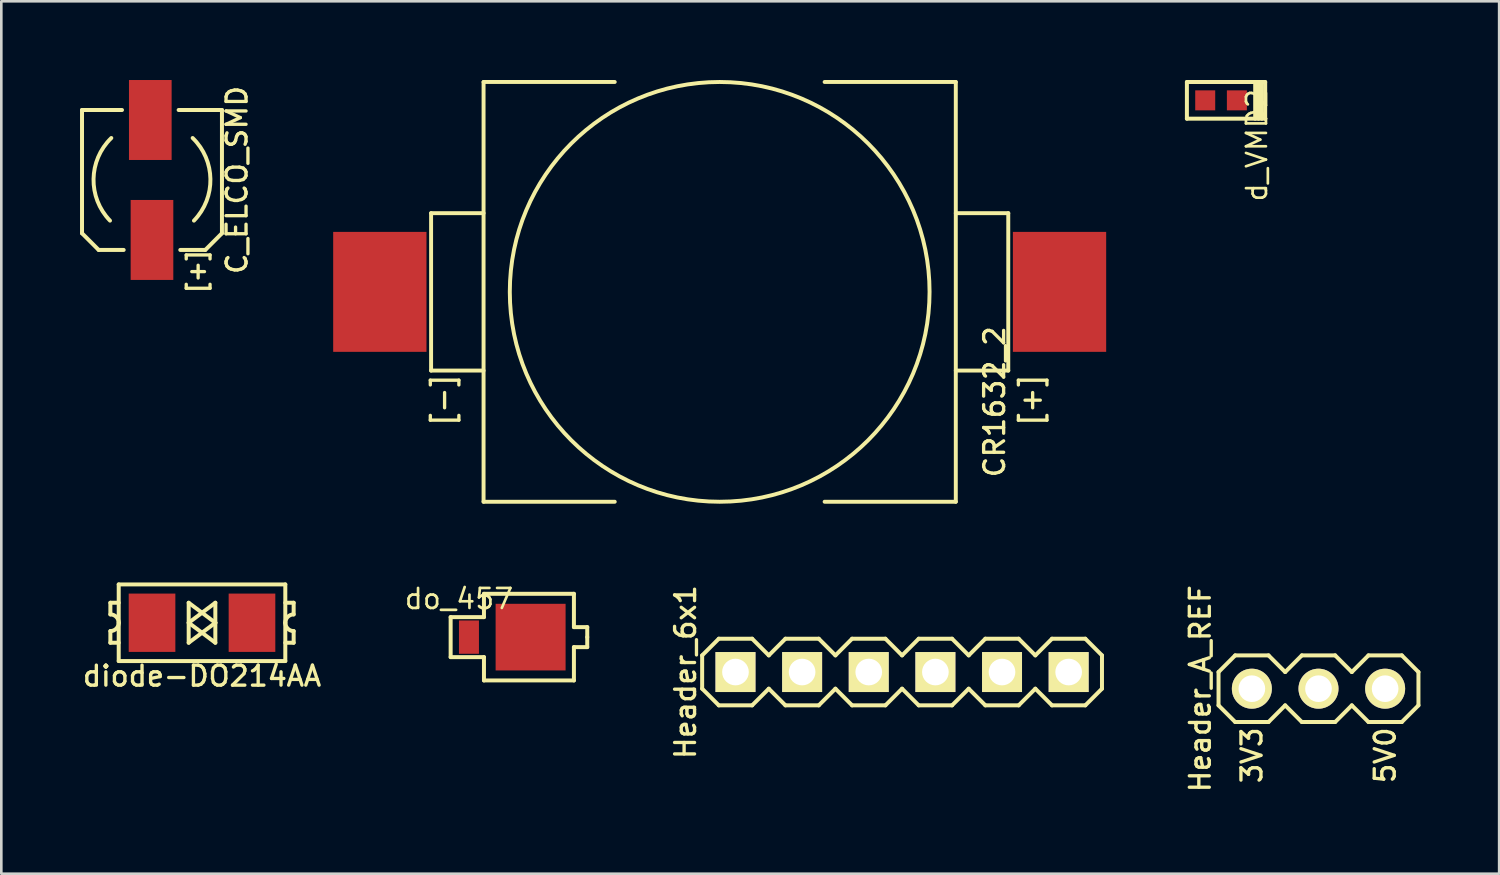
<source format=kicad_pcb>
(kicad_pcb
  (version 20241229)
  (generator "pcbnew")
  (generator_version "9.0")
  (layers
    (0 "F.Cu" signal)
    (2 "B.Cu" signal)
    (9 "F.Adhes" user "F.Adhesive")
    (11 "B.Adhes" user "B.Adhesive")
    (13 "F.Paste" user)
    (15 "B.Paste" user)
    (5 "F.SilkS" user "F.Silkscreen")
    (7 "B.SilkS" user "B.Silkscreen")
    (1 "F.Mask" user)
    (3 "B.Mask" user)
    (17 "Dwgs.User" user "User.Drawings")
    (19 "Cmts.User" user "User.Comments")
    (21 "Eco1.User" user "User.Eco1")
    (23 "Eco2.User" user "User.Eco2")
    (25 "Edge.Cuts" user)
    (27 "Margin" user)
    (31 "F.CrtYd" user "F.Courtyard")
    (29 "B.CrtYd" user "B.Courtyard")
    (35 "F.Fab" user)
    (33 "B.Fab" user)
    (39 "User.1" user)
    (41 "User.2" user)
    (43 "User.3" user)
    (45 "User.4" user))
  (footprint "CR1632_2"
    (layer "F.Cu")
    (at 24.382 8.075)
    (property "Reference" "CR1632_2" (at 10.477 4.191 270) (layer "F.SilkS") (effects (font (size 0.762 0.762) (thickness 0.127))))
    (attr smd)
    (fp_line (start -11 -3) (end -9 -3) (stroke (width 0.15) (type solid)) (layer "F.SilkS"))
    (fp_line (start -11 3) (end -11 -3) (stroke (width 0.15) (type solid)) (layer "F.SilkS"))
    (fp_line (start -9 -8) (end -9 8) (stroke (width 0.15) (type solid)) (layer "F.SilkS"))
    (fp_line (start -9 3) (end -11 3) (stroke (width 0.15) (type solid)) (layer "F.SilkS"))
    (fp_line (start -9 8) (end -4 8) (stroke (width 0.15) (type solid)) (layer "F.SilkS"))
    (fp_line (start -4 -8) (end -9 -8) (stroke (width 0.15) (type solid)) (layer "F.SilkS"))
    (fp_line (start 4 8) (end 9 8) (stroke (width 0.15) (type solid)) (layer "F.SilkS"))
    (fp_line (start 9 -8) (end 4 -8) (stroke (width 0.15) (type solid)) (layer "F.SilkS"))
    (fp_line (start 9 3) (end 11 3) (stroke (width 0.15) (type solid)) (layer "F.SilkS"))
    (fp_line (start 9 8) (end 9 -8) (stroke (width 0.15) (type solid)) (layer "F.SilkS"))
    (fp_line (start 11 -3) (end 9 -3) (stroke (width 0.15) (type solid)) (layer "F.SilkS"))
    (fp_line (start 11 3) (end 11 -3) (stroke (width 0.15) (type solid)) (layer "F.SilkS"))
    (fp_circle (center 0 0) (end -8 0) (stroke (width 0.15) (type solid)) (fill no) (layer "F.SilkS"))
    (fp_text user "[-]" (at -10.541 4.128 270) (layer "F.SilkS") (effects (font (size 0.762 0.762) (thickness 0.127))))
    (fp_text user "[+]" (at 11.874 4.128 270) (layer "F.SilkS") (effects (font (size 0.762 0.762) (thickness 0.127))))
    (pad "+" smd rect (at 12.954 0) (size 3.556 4.572) (layers "F.Cu" "F.Mask" "F.Paste"))
    (pad "-" smd rect (at -12.954 0) (size 3.556 4.572) (layers "F.Cu" "F.Mask" "F.Paste")))
  (footprint "C_ELCO_SMD"
    (layer "F.Cu")
    (at 2.743 3.81)
    (property "Reference" "C_ELCO_SMD" (at 3.239 0 90) (layer "F.SilkS") (effects (font (size 0.762 0.762) (thickness 0.127))))
    (attr smd)
    (fp_line (start -2.667 -2.667) (end -1.143 -2.667) (stroke (width 0.152) (type solid)) (layer "F.SilkS"))
    (fp_line (start -2.667 2.032) (end -2.667 -2.667) (stroke (width 0.152) (type solid)) (layer "F.SilkS"))
    (fp_line (start -2.032 2.667) (end -2.667 2.032) (stroke (width 0.152) (type solid)) (layer "F.SilkS"))
    (fp_line (start -2.032 2.667) (end -1.079 2.667) (stroke (width 0.152) (type solid)) (layer "F.SilkS"))
    (fp_line (start 2.032 2.667) (end 1.079 2.667) (stroke (width 0.152) (type solid)) (layer "F.SilkS"))
    (fp_line (start 2.032 2.667) (end 2.667 2.032) (stroke (width 0.152) (type solid)) (layer "F.SilkS"))
    (fp_line (start 2.667 -2.667) (end 1.016 -2.667) (stroke (width 0.152) (type solid)) (layer "F.SilkS"))
    (fp_line (start 2.667 -2.667) (end 2.667 0) (stroke (width 0.152) (type solid)) (layer "F.SilkS"))
    (fp_line (start 2.667 2.032) (end 2.667 0) (stroke (width 0.152) (type solid)) (layer "F.SilkS"))
    (fp_arc (start -1.6 1.55) (mid -2.227386 -0.035355) (end -1.55 -1.6) (stroke (width 0.15) (type solid)) (layer "F.SilkS"))
    (fp_arc (start 1.55 -1.6) (mid 2.227386 -0.035355) (end 1.6 1.55) (stroke (width 0.15) (type solid)) (layer "F.SilkS"))
    (fp_text user "[+]" (at 1.714 3.493 90) (layer "F.SilkS") (effects (font (size 0.635 0.635) (thickness 0.127))))
    (pad "1" smd rect (at 0 2.286) (size 1.626 3.048) (layers "F.Cu" "F.Mask" "F.Paste"))
    (pad "2" smd rect (at -0.064 -2.286) (size 1.626 3.048) (layers "F.Cu" "F.Mask" "F.Paste")))
  (footprint "do_457"
    (layer "F.Cu")
    (at 15.524 21.235)
    (property "Reference" "do_457" (at -1.079 -1.46 0) (layer "F.SilkS") (effects (font (size 0.762 0.762) (thickness 0.102))))
    (attr smd)
    (fp_line (start -1.397 -0.762) (end -0.127 -0.762) (stroke (width 0.152) (type solid)) (layer "F.SilkS"))
    (fp_line (start -1.397 0.762) (end -1.397 -0.762) (stroke (width 0.152) (type solid)) (layer "F.SilkS"))
    (fp_line (start -0.127 -1.651) (end 3.302 -1.651) (stroke (width 0.152) (type solid)) (layer "F.SilkS"))
    (fp_line (start -0.127 -0.762) (end -0.127 -1.651) (stroke (width 0.152) (type solid)) (layer "F.SilkS"))
    (fp_line (start -0.127 0.762) (end -1.397 0.762) (stroke (width 0.152) (type solid)) (layer "F.SilkS"))
    (fp_line (start -0.127 1.651) (end -0.127 0.762) (stroke (width 0.152) (type solid)) (layer "F.SilkS"))
    (fp_line (start 3.302 -1.651) (end 3.302 -0.381) (stroke (width 0.152) (type solid)) (layer "F.SilkS"))
    (fp_line (start 3.302 0.381) (end 3.302 1.651) (stroke (width 0.152) (type solid)) (layer "F.SilkS"))
    (fp_line (start 3.302 1.651) (end -0.127 1.651) (stroke (width 0.152) (type solid)) (layer "F.SilkS"))
    (fp_line (start 3.81 -0.381) (end 3.302 -0.381) (stroke (width 0.152) (type solid)) (layer "F.SilkS"))
    (fp_line (start 3.81 0) (end 3.81 -0.381) (stroke (width 0.152) (type solid)) (layer "F.SilkS"))
    (fp_line (start 3.81 0) (end 3.81 0.381) (stroke (width 0.152) (type solid)) (layer "F.SilkS"))
    (fp_line (start 3.81 0.381) (end 3.302 0.381) (stroke (width 0.152) (type solid)) (layer "F.SilkS"))
    (pad "1" smd rect (at -0.699 0) (size 0.762 1.27) (layers "F.Cu" "F.Mask" "F.Paste"))
    (pad "2" smd rect (at 1.651 0) (size 2.667 2.54) (layers "F.Cu" "F.Mask" "F.Paste")))
  (footprint "d_VMD2"
    (layer "F.Cu")
    (at 43.524 0.775)
    (property "Reference" "d_VMD2" (at 1.333 1.714 90) (layer "F.SilkS") (effects (font (size 0.762 0.762) (thickness 0.102))))
    (attr smd)
    (fp_line (start -1.333 -0.699) (end -1.333 0.699) (stroke (width 0.152) (type solid)) (layer "F.SilkS"))
    (fp_line (start -1.333 -0.699) (end 1.651 -0.699) (stroke (width 0.152) (type solid)) (layer "F.SilkS"))
    (fp_line (start -1.333 0.699) (end 1.651 0.699) (stroke (width 0.152) (type solid)) (layer "F.SilkS"))
    (fp_line (start 1.27 0.699) (end 1.27 -0.699) (stroke (width 0.152) (type solid)) (layer "F.SilkS"))
    (fp_line (start 1.397 -0.699) (end 1.397 0.699) (stroke (width 0.152) (type solid)) (layer "F.SilkS"))
    (fp_line (start 1.524 0.699) (end 1.524 -0.699) (stroke (width 0.152) (type solid)) (layer "F.SilkS"))
    (fp_line (start 1.651 -0.699) (end 1.651 0.699) (stroke (width 0.152) (type solid)) (layer "F.SilkS"))
    (pad "1" smd rect (at -0.635 0) (size 0.762 0.762) (layers "F.Cu" "F.Mask" "F.Paste"))
    (pad "2" smd rect (at 0.572 0) (size 0.762 0.762) (layers "F.Cu" "F.Mask" "F.Paste")))
  (footprint "Header_6x1"
    (layer "F.Cu")
    (at 31.334 22.566)
    (property "Reference" "Header_6x1" (at -8.255 0 90) (layer "F.SilkS") (effects (font (size 0.762 0.762) (thickness 0.127))))
    (attr smd)
    (fp_line (start -7.62 -0.635) (end -7.62 0.635) (stroke (width 0.152) (type solid)) (layer "F.SilkS"))
    (fp_line (start -7.62 0.635) (end -6.985 1.27) (stroke (width 0.152) (type solid)) (layer "F.SilkS"))
    (fp_line (start -6.985 -1.27) (end -7.62 -0.635) (stroke (width 0.152) (type solid)) (layer "F.SilkS"))
    (fp_line (start -6.985 1.27) (end -5.715 1.27) (stroke (width 0.152) (type solid)) (layer "F.SilkS"))
    (fp_line (start -5.715 -1.27) (end -6.985 -1.27) (stroke (width 0.152) (type solid)) (layer "F.SilkS"))
    (fp_line (start -5.715 1.27) (end -5.08 0.635) (stroke (width 0.152) (type solid)) (layer "F.SilkS"))
    (fp_line (start -5.08 -0.635) (end -5.715 -1.27) (stroke (width 0.152) (type solid)) (layer "F.SilkS"))
    (fp_line (start -5.08 0.635) (end -4.445 1.27) (stroke (width 0.152) (type solid)) (layer "F.SilkS"))
    (fp_line (start -4.445 -1.27) (end -5.08 -0.635) (stroke (width 0.152) (type solid)) (layer "F.SilkS"))
    (fp_line (start -4.445 1.27) (end -3.175 1.27) (stroke (width 0.152) (type solid)) (layer "F.SilkS"))
    (fp_line (start -3.175 -1.27) (end -4.445 -1.27) (stroke (width 0.152) (type solid)) (layer "F.SilkS"))
    (fp_line (start -3.175 1.27) (end -2.54 0.635) (stroke (width 0.152) (type solid)) (layer "F.SilkS"))
    (fp_line (start -2.54 -0.635) (end -3.175 -1.27) (stroke (width 0.152) (type solid)) (layer "F.SilkS"))
    (fp_line (start -2.54 0.635) (end -1.905 1.27) (stroke (width 0.152) (type solid)) (layer "F.SilkS"))
    (fp_line (start -1.905 -1.27) (end -2.54 -0.635) (stroke (width 0.152) (type solid)) (layer "F.SilkS"))
    (fp_line (start -1.905 1.27) (end -0.635 1.27) (stroke (width 0.152) (type solid)) (layer "F.SilkS"))
    (fp_line (start -0.635 -1.27) (end -1.905 -1.27) (stroke (width 0.152) (type solid)) (layer "F.SilkS"))
    (fp_line (start -0.635 1.27) (end 0 0.635) (stroke (width 0.152) (type solid)) (layer "F.SilkS"))
    (fp_line (start 0 -0.635) (end -0.635 -1.27) (stroke (width 0.152) (type solid)) (layer "F.SilkS"))
    (fp_line (start 0 0.635) (end 0.635 1.27) (stroke (width 0.152) (type solid)) (layer "F.SilkS"))
    (fp_line (start 0.635 -1.27) (end 0 -0.635) (stroke (width 0.152) (type solid)) (layer "F.SilkS"))
    (fp_line (start 0.635 1.27) (end 1.905 1.27) (stroke (width 0.152) (type solid)) (layer "F.SilkS"))
    (fp_line (start 1.905 -1.27) (end 0.635 -1.27) (stroke (width 0.152) (type solid)) (layer "F.SilkS"))
    (fp_line (start 1.905 1.27) (end 2.54 0.635) (stroke (width 0.152) (type solid)) (layer "F.SilkS"))
    (fp_line (start 2.54 -0.635) (end 1.905 -1.27) (stroke (width 0.152) (type solid)) (layer "F.SilkS"))
    (fp_line (start 2.54 0.635) (end 3.175 1.27) (stroke (width 0.152) (type solid)) (layer "F.SilkS"))
    (fp_line (start 3.175 -1.27) (end 2.54 -0.635) (stroke (width 0.152) (type solid)) (layer "F.SilkS"))
    (fp_line (start 3.175 1.27) (end 4.445 1.27) (stroke (width 0.152) (type solid)) (layer "F.SilkS"))
    (fp_line (start 4.445 -1.27) (end 3.175 -1.27) (stroke (width 0.152) (type solid)) (layer "F.SilkS"))
    (fp_line (start 4.445 1.27) (end 5.08 0.635) (stroke (width 0.152) (type solid)) (layer "F.SilkS"))
    (fp_line (start 5.08 -0.635) (end 4.445 -1.27) (stroke (width 0.152) (type solid)) (layer "F.SilkS"))
    (fp_line (start 5.08 0.635) (end 5.715 1.27) (stroke (width 0.152) (type solid)) (layer "F.SilkS"))
    (fp_line (start 5.715 -1.27) (end 5.08 -0.635) (stroke (width 0.152) (type solid)) (layer "F.SilkS"))
    (fp_line (start 5.715 1.27) (end 6.985 1.27) (stroke (width 0.152) (type solid)) (layer "F.SilkS"))
    (fp_line (start 6.985 -1.27) (end 5.715 -1.27) (stroke (width 0.152) (type solid)) (layer "F.SilkS"))
    (fp_line (start 6.985 1.27) (end 7.62 0.635) (stroke (width 0.152) (type solid)) (layer "F.SilkS"))
    (fp_line (start 7.62 -0.635) (end 6.985 -1.27) (stroke (width 0.152) (type solid)) (layer "F.SilkS"))
    (fp_line (start 7.62 0.635) (end 7.62 -0.635) (stroke (width 0.152) (type solid)) (layer "F.SilkS"))
    (pad "1" thru_hole rect (at -6.35 0) (size 1.524 1.524) (drill 1.016) (layers "*.Cu" "*.Mask" "F.SilkS"))
    (pad "2" thru_hole rect (at -3.81 0) (size 1.524 1.524) (drill 1.016) (layers "*.Cu" "*.Mask" "F.SilkS"))
    (pad "3" thru_hole rect (at -1.27 0) (size 1.524 1.524) (drill 1.016) (layers "*.Cu" "*.Mask" "F.SilkS"))
    (pad "4" thru_hole rect (at 1.27 0) (size 1.524 1.524) (drill 1.016) (layers "*.Cu" "*.Mask" "F.SilkS"))
    (pad "5" thru_hole rect (at 3.81 0) (size 1.524 1.524) (drill 1.016) (layers "*.Cu" "*.Mask" "F.SilkS"))
    (pad "6" thru_hole rect (at 6.35 0) (size 1.524 1.524) (drill 1.016) (layers "*.Cu" "*.Mask" "F.SilkS")))
  (footprint "Header_A_REF"
    (layer "F.Cu")
    (at 47.207 23.201)
    (property "Reference" "Header_A_REF" (at -4.508 0 90) (layer "F.SilkS") (effects (font (size 0.762 0.762) (thickness 0.127))))
    (attr smd)
    (fp_line (start -3.81 -0.635) (end -3.81 0.635) (stroke (width 0.152) (type solid)) (layer "F.SilkS"))
    (fp_line (start -3.81 -0.635) (end -3.175 -1.27) (stroke (width 0.152) (type solid)) (layer "F.SilkS"))
    (fp_line (start -3.175 -1.27) (end -1.905 -1.27) (stroke (width 0.152) (type solid)) (layer "F.SilkS"))
    (fp_line (start -3.175 1.27) (end -3.81 0.635) (stroke (width 0.152) (type solid)) (layer "F.SilkS"))
    (fp_line (start -1.905 -1.27) (end -1.27 -0.635) (stroke (width 0.152) (type solid)) (layer "F.SilkS"))
    (fp_line (start -1.905 1.27) (end -3.175 1.27) (stroke (width 0.152) (type solid)) (layer "F.SilkS"))
    (fp_line (start -1.27 -0.635) (end -0.635 -1.27) (stroke (width 0.152) (type solid)) (layer "F.SilkS"))
    (fp_line (start -1.27 0.635) (end -1.905 1.27) (stroke (width 0.152) (type solid)) (layer "F.SilkS"))
    (fp_line (start -0.635 -1.27) (end 0.635 -1.27) (stroke (width 0.152) (type solid)) (layer "F.SilkS"))
    (fp_line (start -0.635 1.27) (end -1.27 0.635) (stroke (width 0.152) (type solid)) (layer "F.SilkS"))
    (fp_line (start 0.635 -1.27) (end 1.27 -0.635) (stroke (width 0.152) (type solid)) (layer "F.SilkS"))
    (fp_line (start 0.635 1.27) (end -0.635 1.27) (stroke (width 0.152) (type solid)) (layer "F.SilkS"))
    (fp_line (start 1.27 -0.635) (end 1.905 -1.27) (stroke (width 0.152) (type solid)) (layer "F.SilkS"))
    (fp_line (start 1.27 0.635) (end 0.635 1.27) (stroke (width 0.152) (type solid)) (layer "F.SilkS"))
    (fp_line (start 1.905 -1.27) (end 3.175 -1.27) (stroke (width 0.152) (type solid)) (layer "F.SilkS"))
    (fp_line (start 1.905 1.27) (end 1.27 0.635) (stroke (width 0.152) (type solid)) (layer "F.SilkS"))
    (fp_line (start 3.175 -1.27) (end 3.81 -0.635) (stroke (width 0.152) (type solid)) (layer "F.SilkS"))
    (fp_line (start 3.175 1.27) (end 1.905 1.27) (stroke (width 0.152) (type solid)) (layer "F.SilkS"))
    (fp_line (start 3.81 -0.635) (end 3.81 0.635) (stroke (width 0.152) (type solid)) (layer "F.SilkS"))
    (fp_line (start 3.81 0.635) (end 3.175 1.27) (stroke (width 0.152) (type solid)) (layer "F.SilkS"))
    (fp_text user "5V0" (at 2.54 2.54 90) (layer "F.SilkS") (effects (font (size 0.762 0.762) (thickness 0.127))))
    (fp_text user "3V3" (at -2.54 2.54 90) (layer "F.SilkS") (effects (font (size 0.762 0.762) (thickness 0.127))))
    (pad "1" thru_hole circle (at -2.54 0) (size 1.524 1.524) (drill 1.016) (layers "*.Cu" "*.Mask" "F.SilkS"))
    (pad "2" thru_hole circle (at 0 0) (size 1.524 1.524) (drill 1.016) (layers "*.Cu" "*.Mask" "F.SilkS"))
    (pad "3" thru_hole circle (at 2.54 0) (size 1.524 1.524) (drill 1.016) (layers "*.Cu" "*.Mask" "F.SilkS")))
  (footprint "diode-DO214AA"
    (layer "F.Cu")
    (at 4.65 20.687)
    (property "Reference" "diode-DO214AA" (at 0 2.032 0) (layer "F.SilkS") (effects (font (size 0.762 0.762) (thickness 0.127))))
    (attr smd)
    (fp_line (start -3.493 -0.762) (end -3.493 -0.318) (stroke (width 0.152) (type solid)) (layer "F.SilkS"))
    (fp_line (start -3.493 0.318) (end -3.493 0.762) (stroke (width 0.152) (type solid)) (layer "F.SilkS"))
    (fp_line (start -3.493 0.762) (end -3.175 0.762) (stroke (width 0.152) (type solid)) (layer "F.SilkS"))
    (fp_line (start -3.175 -0.762) (end -3.493 -0.762) (stroke (width 0.152) (type solid)) (layer "F.SilkS"))
    (fp_line (start -3.175 1.46) (end -3.175 -1.46) (stroke (width 0.152) (type solid)) (layer "F.SilkS"))
    (fp_line (start -3.175 1.46) (end 3.175 1.46) (stroke (width 0.152) (type solid)) (layer "F.SilkS"))
    (fp_line (start -0.508 -0.762) (end -0.508 0.762) (stroke (width 0.152) (type solid)) (layer "F.SilkS"))
    (fp_line (start -0.508 0) (end 0.508 0.762) (stroke (width 0.152) (type solid)) (layer "F.SilkS"))
    (fp_line (start -0.508 0.762) (end 0.508 0) (stroke (width 0.152) (type solid)) (layer "F.SilkS"))
    (fp_line (start 0.508 -0.762) (end -0.508 0) (stroke (width 0.152) (type solid)) (layer "F.SilkS"))
    (fp_line (start 0.508 0) (end -0.508 -0.762) (stroke (width 0.152) (type solid)) (layer "F.SilkS"))
    (fp_line (start 0.508 0) (end 0.508 -0.762) (stroke (width 0.152) (type solid)) (layer "F.SilkS"))
    (fp_line (start 0.508 0.762) (end 0.508 0) (stroke (width 0.152) (type solid)) (layer "F.SilkS"))
    (fp_line (start 3.175 -1.46) (end -3.175 -1.46) (stroke (width 0.152) (type solid)) (layer "F.SilkS"))
    (fp_line (start 3.175 -1.46) (end 3.175 1.46) (stroke (width 0.152) (type solid)) (layer "F.SilkS"))
    (fp_line (start 3.175 -0.762) (end 3.493 -0.762) (stroke (width 0.152) (type solid)) (layer "F.SilkS"))
    (fp_line (start 3.493 -0.762) (end 3.493 -0.318) (stroke (width 0.152) (type solid)) (layer "F.SilkS"))
    (fp_line (start 3.493 0.318) (end 3.493 0.762) (stroke (width 0.152) (type solid)) (layer "F.SilkS"))
    (fp_line (start 3.493 0.762) (end 3.175 0.762) (stroke (width 0.152) (type solid)) (layer "F.SilkS"))
    (fp_arc (start -3.4925 -0.3175) (mid -3.267994 -0.224506) (end -3.175 0) (stroke (width 0.1524) (type solid)) (layer "F.SilkS"))
    (fp_arc (start -3.175 0) (mid -3.267994 0.224506) (end -3.4925 0.3175) (stroke (width 0.1524) (type solid)) (layer "F.SilkS"))
    (fp_arc (start 3.175 0) (mid 3.267994 -0.224506) (end 3.4925 -0.3175) (stroke (width 0.1524) (type solid)) (layer "F.SilkS"))
    (fp_arc (start 3.4925 0.3175) (mid 3.267994 0.224506) (end 3.175 0) (stroke (width 0.1524) (type solid)) (layer "F.SilkS"))
    (pad "1" smd rect (at -1.905 0) (size 1.778 2.223) (layers "F.Cu" "F.Mask" "F.Paste"))
    (pad "2" smd rect (at 1.905 0) (size 1.778 2.223) (layers "F.Cu" "F.Mask" "F.Paste")))
  (gr_rect
    (start -3 -3)
    (end 54.093 30.253)
    (stroke (width 0.1) (type default))
    (fill no)
    (layer "Edge.Cuts")))
</source>
